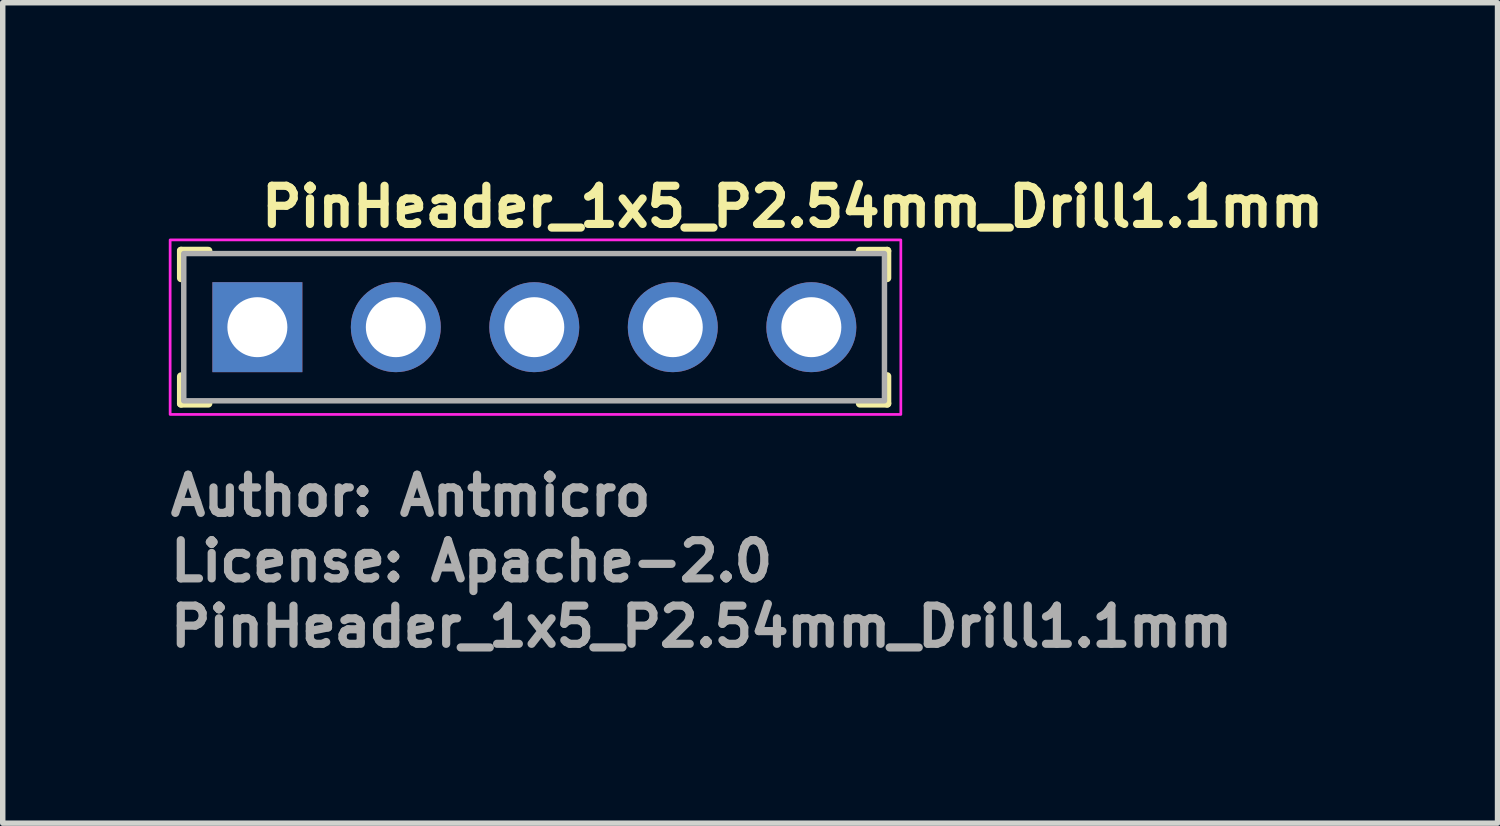
<source format=kicad_pcb>
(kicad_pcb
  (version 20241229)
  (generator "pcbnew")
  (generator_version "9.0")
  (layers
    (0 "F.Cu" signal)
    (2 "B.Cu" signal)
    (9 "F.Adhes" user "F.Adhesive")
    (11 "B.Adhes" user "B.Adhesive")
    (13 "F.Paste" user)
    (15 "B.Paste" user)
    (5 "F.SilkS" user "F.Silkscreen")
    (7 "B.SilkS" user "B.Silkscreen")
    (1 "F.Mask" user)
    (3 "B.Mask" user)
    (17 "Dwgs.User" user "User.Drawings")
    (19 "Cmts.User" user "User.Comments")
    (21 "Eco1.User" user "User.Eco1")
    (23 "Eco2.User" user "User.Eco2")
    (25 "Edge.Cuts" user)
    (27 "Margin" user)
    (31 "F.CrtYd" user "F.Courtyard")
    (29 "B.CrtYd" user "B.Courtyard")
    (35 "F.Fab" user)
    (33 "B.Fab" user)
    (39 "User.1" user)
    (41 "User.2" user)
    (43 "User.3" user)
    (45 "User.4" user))
  (footprint "PinHeader_1x5_P2.54mm_Drill1.1mm"
    (layer "F.Cu")
    (at 1.67 2.95)
    (property "Reference" "PinHeader_1x5_P2.54mm_Drill1.1mm" (at 0 -1.8 0) (layer "F.SilkS") (effects (font (size 0.7 0.7) (thickness 0.15)) (justify left bottom)))
    (attr through_hole)
    (fp_line (start -1.4 -1.4) (end -1.4 -0.9) (stroke (width 0.15) (type solid)) (layer "F.SilkS"))
    (fp_line (start -1.4 -1.4) (end -0.9 -1.4) (stroke (width 0.15) (type solid)) (layer "F.SilkS"))
    (fp_line (start -1.4 1.4) (end -1.4 0.903) (stroke (width 0.15) (type solid)) (layer "F.SilkS"))
    (fp_line (start -1.4 1.4) (end -0.9 1.4) (stroke (width 0.15) (type solid)) (layer "F.SilkS"))
    (fp_line (start 11.55 -1.399) (end 11.05 -1.399) (stroke (width 0.15) (type solid)) (layer "F.SilkS"))
    (fp_line (start 11.55 -1.399) (end 11.55 -0.901) (stroke (width 0.15) (type solid)) (layer "F.SilkS"))
    (fp_line (start 11.55 1.4) (end 11.05 1.4) (stroke (width 0.15) (type solid)) (layer "F.SilkS"))
    (fp_line (start 11.55 1.4) (end 11.55 0.9) (stroke (width 0.15) (type solid)) (layer "F.SilkS"))
    (fp_rect (start -1.6 -1.6) (end 11.8 1.6) (stroke (width 0.05) (type solid)) (fill no) (layer "F.CrtYd"))
    (fp_rect (start -1.35 -1.35) (end 11.5 1.35) (stroke (width 0.1) (type solid)) (fill no) (layer "F.Fab"))
    (fp_rect (start -1.27 -1.27) (end 11.429 1.269) (stroke (width 0.1) (type solid)) (fill no) (layer "User.5"))
    (fp_line (start -1.27 -1.27) (end 1.044 -1.27) (stroke (width 0.02) (type solid)) (layer "User.9"))
    (fp_line (start -1.27 1.269) (end -1.27 -1.27) (stroke (width 0.02) (type solid)) (layer "User.9"))
    (fp_line (start -1.27 1.269) (end 1.044 1.269) (stroke (width 0.02) (type solid)) (layer "User.9"))
    (fp_line (start -0.32 -0.32) (end -0.064 -0.064) (stroke (width 0.02) (type solid)) (layer "User.9"))
    (fp_line (start -0.32 -0.32) (end 0.32 -0.32) (stroke (width 0.02) (type solid)) (layer "User.9"))
    (fp_line (start -0.32 0.32) (end -0.32 -0.32) (stroke (width 0.02) (type solid)) (layer "User.9"))
    (fp_line (start -0.32 0.32) (end -0.064 0.064) (stroke (width 0.02) (type solid)) (layer "User.9"))
    (fp_line (start -0.32 0.32) (end 0.32 0.32) (stroke (width 0.02) (type solid)) (layer "User.9"))
    (fp_line (start -0.064 -0.064) (end 0.064 -0.064) (stroke (width 0.02) (type solid)) (layer "User.9"))
    (fp_line (start -0.064 0.064) (end -0.064 -0.064) (stroke (width 0.02) (type solid)) (layer "User.9"))
    (fp_line (start -0.064 0.064) (end 0.064 0.064) (stroke (width 0.02) (type solid)) (layer "User.9"))
    (fp_line (start 0.064 0.064) (end 0.064 -0.064) (stroke (width 0.02) (type solid)) (layer "User.9"))
    (fp_line (start 0.32 -0.32) (end 0.064 -0.064) (stroke (width 0.02) (type solid)) (layer "User.9"))
    (fp_line (start 0.32 0.32) (end 0.064 0.064) (stroke (width 0.02) (type solid)) (layer "User.9"))
    (fp_line (start 0.32 0.32) (end 0.32 -0.32) (stroke (width 0.02) (type solid)) (layer "User.9"))
    (fp_line (start 1.044 -1.27) (end 1.269 -1.047) (stroke (width 0.02) (type solid)) (layer "User.9"))
    (fp_line (start 1.044 1.269) (end 1.044 -1.27) (stroke (width 0.02) (type solid)) (layer "User.9"))
    (fp_line (start 1.044 1.269) (end 1.269 1.044) (stroke (width 0.02) (type solid)) (layer "User.9"))
    (fp_line (start 1.269 1.044) (end 1.269 -1.047) (stroke (width 0.02) (type solid)) (layer "User.9"))
    (fp_line (start 1.493 -1.27) (end 1.269 -1.047) (stroke (width 0.02) (type solid)) (layer "User.9"))
    (fp_line (start 1.493 -1.27) (end 3.584 -1.27) (stroke (width 0.02) (type solid)) (layer "User.9"))
    (fp_line (start 1.493 1.269) (end 1.269 1.044) (stroke (width 0.02) (type solid)) (layer "User.9"))
    (fp_line (start 1.493 1.269) (end 1.493 -1.27) (stroke (width 0.02) (type solid)) (layer "User.9"))
    (fp_line (start 1.493 1.269) (end 3.584 1.269) (stroke (width 0.02) (type solid)) (layer "User.9"))
    (fp_line (start 2.22 -0.32) (end 2.475 -0.064) (stroke (width 0.02) (type solid)) (layer "User.9"))
    (fp_line (start 2.22 -0.32) (end 2.858 -0.32) (stroke (width 0.02) (type solid)) (layer "User.9"))
    (fp_line (start 2.22 0.32) (end 2.22 -0.32) (stroke (width 0.02) (type solid)) (layer "User.9"))
    (fp_line (start 2.22 0.32) (end 2.475 0.064) (stroke (width 0.02) (type solid)) (layer "User.9"))
    (fp_line (start 2.22 0.32) (end 2.858 0.32) (stroke (width 0.02) (type solid)) (layer "User.9"))
    (fp_line (start 2.475 -0.064) (end 2.604 -0.064) (stroke (width 0.02) (type solid)) (layer "User.9"))
    (fp_line (start 2.475 0.064) (end 2.475 -0.064) (stroke (width 0.02) (type solid)) (layer "User.9"))
    (fp_line (start 2.475 0.064) (end 2.604 0.064) (stroke (width 0.02) (type solid)) (layer "User.9"))
    (fp_line (start 2.604 0.064) (end 2.604 -0.064) (stroke (width 0.02) (type solid)) (layer "User.9"))
    (fp_line (start 2.858 -0.32) (end 2.604 -0.064) (stroke (width 0.02) (type solid)) (layer "User.9"))
    (fp_line (start 2.858 0.32) (end 2.604 0.064) (stroke (width 0.02) (type solid)) (layer "User.9"))
    (fp_line (start 2.858 0.32) (end 2.858 -0.32) (stroke (width 0.02) (type solid)) (layer "User.9"))
    (fp_line (start 3.584 -1.27) (end 3.809 -1.047) (stroke (width 0.02) (type solid)) (layer "User.9"))
    (fp_line (start 3.584 1.269) (end 3.584 -1.27) (stroke (width 0.02) (type solid)) (layer "User.9"))
    (fp_line (start 3.584 1.269) (end 3.809 1.044) (stroke (width 0.02) (type solid)) (layer "User.9"))
    (fp_line (start 3.809 1.044) (end 3.809 -1.047) (stroke (width 0.02) (type solid)) (layer "User.9"))
    (fp_line (start 4.033 -1.27) (end 3.809 -1.047) (stroke (width 0.02) (type solid)) (layer "User.9"))
    (fp_line (start 4.033 -1.27) (end 6.124 -1.27) (stroke (width 0.02) (type solid)) (layer "User.9"))
    (fp_line (start 4.033 1.269) (end 3.809 1.044) (stroke (width 0.02) (type solid)) (layer "User.9"))
    (fp_line (start 4.033 1.269) (end 4.033 -1.27) (stroke (width 0.02) (type solid)) (layer "User.9"))
    (fp_line (start 4.033 1.269) (end 6.124 1.269) (stroke (width 0.02) (type solid)) (layer "User.9"))
    (fp_line (start 4.759 -0.32) (end 5.014 -0.064) (stroke (width 0.02) (type solid)) (layer "User.9"))
    (fp_line (start 4.759 -0.32) (end 5.4 -0.32) (stroke (width 0.02) (type solid)) (layer "User.9"))
    (fp_line (start 4.759 0.32) (end 4.759 -0.32) (stroke (width 0.02) (type solid)) (layer "User.9"))
    (fp_line (start 4.759 0.32) (end 5.014 0.064) (stroke (width 0.02) (type solid)) (layer "User.9"))
    (fp_line (start 4.759 0.32) (end 5.4 0.32) (stroke (width 0.02) (type solid)) (layer "User.9"))
    (fp_line (start 5.014 -0.064) (end 5.144 -0.064) (stroke (width 0.02) (type solid)) (layer "User.9"))
    (fp_line (start 5.014 0.064) (end 5.014 -0.064) (stroke (width 0.02) (type solid)) (layer "User.9"))
    (fp_line (start 5.014 0.064) (end 5.144 0.064) (stroke (width 0.02) (type solid)) (layer "User.9"))
    (fp_line (start 5.144 0.064) (end 5.144 -0.064) (stroke (width 0.02) (type solid)) (layer "User.9"))
    (fp_line (start 5.4 -0.32) (end 5.144 -0.064) (stroke (width 0.02) (type solid)) (layer "User.9"))
    (fp_line (start 5.4 0.32) (end 5.144 0.064) (stroke (width 0.02) (type solid)) (layer "User.9"))
    (fp_line (start 5.4 0.32) (end 5.4 -0.32) (stroke (width 0.02) (type solid)) (layer "User.9"))
    (fp_line (start 6.124 -1.27) (end 6.349 -1.047) (stroke (width 0.02) (type solid)) (layer "User.9"))
    (fp_line (start 6.124 1.269) (end 6.124 -1.27) (stroke (width 0.02) (type solid)) (layer "User.9"))
    (fp_line (start 6.124 1.269) (end 6.349 1.044) (stroke (width 0.02) (type solid)) (layer "User.9"))
    (fp_line (start 6.349 1.044) (end 6.349 -1.047) (stroke (width 0.02) (type solid)) (layer "User.9"))
    (fp_line (start 6.573 -1.27) (end 6.349 -1.047) (stroke (width 0.02) (type solid)) (layer "User.9"))
    (fp_line (start 6.573 -1.27) (end 8.665 -1.27) (stroke (width 0.02) (type solid)) (layer "User.9"))
    (fp_line (start 6.573 1.269) (end 6.349 1.044) (stroke (width 0.02) (type solid)) (layer "User.9"))
    (fp_line (start 6.573 1.269) (end 6.573 -1.27) (stroke (width 0.02) (type solid)) (layer "User.9"))
    (fp_line (start 6.573 1.269) (end 8.665 1.269) (stroke (width 0.02) (type solid)) (layer "User.9"))
    (fp_line (start 7.299 -0.32) (end 7.554 -0.064) (stroke (width 0.02) (type solid)) (layer "User.9"))
    (fp_line (start 7.299 -0.32) (end 7.94 -0.32) (stroke (width 0.02) (type solid)) (layer "User.9"))
    (fp_line (start 7.299 0.32) (end 7.299 -0.32) (stroke (width 0.02) (type solid)) (layer "User.9"))
    (fp_line (start 7.299 0.32) (end 7.554 0.064) (stroke (width 0.02) (type solid)) (layer "User.9"))
    (fp_line (start 7.299 0.32) (end 7.94 0.32) (stroke (width 0.02) (type solid)) (layer "User.9"))
    (fp_line (start 7.554 -0.064) (end 7.684 -0.064) (stroke (width 0.02) (type solid)) (layer "User.9"))
    (fp_line (start 7.554 0.064) (end 7.554 -0.064) (stroke (width 0.02) (type solid)) (layer "User.9"))
    (fp_line (start 7.554 0.064) (end 7.684 0.064) (stroke (width 0.02) (type solid)) (layer "User.9"))
    (fp_line (start 7.684 0.064) (end 7.684 -0.064) (stroke (width 0.02) (type solid)) (layer "User.9"))
    (fp_line (start 7.94 -0.32) (end 7.684 -0.064) (stroke (width 0.02) (type solid)) (layer "User.9"))
    (fp_line (start 7.94 0.32) (end 7.684 0.064) (stroke (width 0.02) (type solid)) (layer "User.9"))
    (fp_line (start 7.94 0.32) (end 7.94 -0.32) (stroke (width 0.02) (type solid)) (layer "User.9"))
    (fp_line (start 8.665 -1.27) (end 8.89 -1.047) (stroke (width 0.02) (type solid)) (layer "User.9"))
    (fp_line (start 8.665 1.269) (end 8.665 -1.27) (stroke (width 0.02) (type solid)) (layer "User.9"))
    (fp_line (start 8.665 1.269) (end 8.89 1.044) (stroke (width 0.02) (type solid)) (layer "User.9"))
    (fp_line (start 8.89 1.044) (end 8.89 -1.047) (stroke (width 0.02) (type solid)) (layer "User.9"))
    (fp_line (start 9.114 -1.27) (end 8.89 -1.047) (stroke (width 0.02) (type solid)) (layer "User.9"))
    (fp_line (start 9.114 -1.27) (end 11.429 -1.27) (stroke (width 0.02) (type solid)) (layer "User.9"))
    (fp_line (start 9.114 1.269) (end 8.89 1.044) (stroke (width 0.02) (type solid)) (layer "User.9"))
    (fp_line (start 9.114 1.269) (end 9.114 -1.27) (stroke (width 0.02) (type solid)) (layer "User.9"))
    (fp_line (start 9.114 1.269) (end 11.429 1.269) (stroke (width 0.02) (type solid)) (layer "User.9"))
    (fp_line (start 9.839 -0.32) (end 10.095 -0.064) (stroke (width 0.02) (type solid)) (layer "User.9"))
    (fp_line (start 9.839 -0.32) (end 10.48 -0.32) (stroke (width 0.02) (type solid)) (layer "User.9"))
    (fp_line (start 9.839 0.32) (end 9.839 -0.32) (stroke (width 0.02) (type solid)) (layer "User.9"))
    (fp_line (start 9.839 0.32) (end 10.095 0.064) (stroke (width 0.02) (type solid)) (layer "User.9"))
    (fp_line (start 9.839 0.32) (end 10.48 0.32) (stroke (width 0.02) (type solid)) (layer "User.9"))
    (fp_line (start 10.095 -0.064) (end 10.223 -0.064) (stroke (width 0.02) (type solid)) (layer "User.9"))
    (fp_line (start 10.095 0.064) (end 10.095 -0.064) (stroke (width 0.02) (type solid)) (layer "User.9"))
    (fp_line (start 10.095 0.064) (end 10.223 0.064) (stroke (width 0.02) (type solid)) (layer "User.9"))
    (fp_line (start 10.223 0.064) (end 10.223 -0.064) (stroke (width 0.02) (type solid)) (layer "User.9"))
    (fp_line (start 10.48 -0.32) (end 10.223 -0.064) (stroke (width 0.02) (type solid)) (layer "User.9"))
    (fp_line (start 10.48 0.32) (end 10.223 0.064) (stroke (width 0.02) (type solid)) (layer "User.9"))
    (fp_line (start 10.48 0.32) (end 10.48 -0.32) (stroke (width 0.02) (type solid)) (layer "User.9"))
    (fp_line (start 11.429 1.269) (end 11.429 -1.27) (stroke (width 0.02) (type solid)) (layer "User.9"))
    (fp_text user "${REFERENCE}" (at -1.67 5.9 0) (layer "F.Fab") (effects (font (size 0.7 0.7) (thickness 0.15)) (justify left bottom)))
    (fp_text user "License: Apache-2.0" (at -1.67 4.7 0) (layer "F.Fab") (effects (font (size 0.7 0.7) (thickness 0.15)) (justify left bottom)))
    (fp_text user "Author: Antmicro" (at -1.67 3.499 0) (layer "F.Fab") (effects (font (size 0.7 0.7) (thickness 0.15)) (justify left bottom)))
    (pad "1" thru_hole rect (at 0 0) (size 1.65 1.65) (drill 1.1) (layers "*.Cu" "*.Mask"))
    (pad "2" thru_hole circle (at 2.539 0) (size 1.65 1.65) (drill 1.1) (layers "*.Cu" "*.Mask"))
    (pad "3" thru_hole circle (at 5.078 0) (size 1.65 1.65) (drill 1.1) (layers "*.Cu" "*.Mask"))
    (pad "4" thru_hole circle (at 7.618 0) (size 1.65 1.65) (drill 1.1) (layers "*.Cu" "*.Mask"))
    (pad "5" thru_hole circle (at 10.159 0) (size 1.65 1.65) (drill 1.1) (layers "*.Cu" "*.Mask")))
  (gr_rect
    (start -3 -3)
    (end 24.413 12.046)
    (stroke (width 0.1) (type default))
    (fill no)
    (layer "Edge.Cuts")))
</source>
